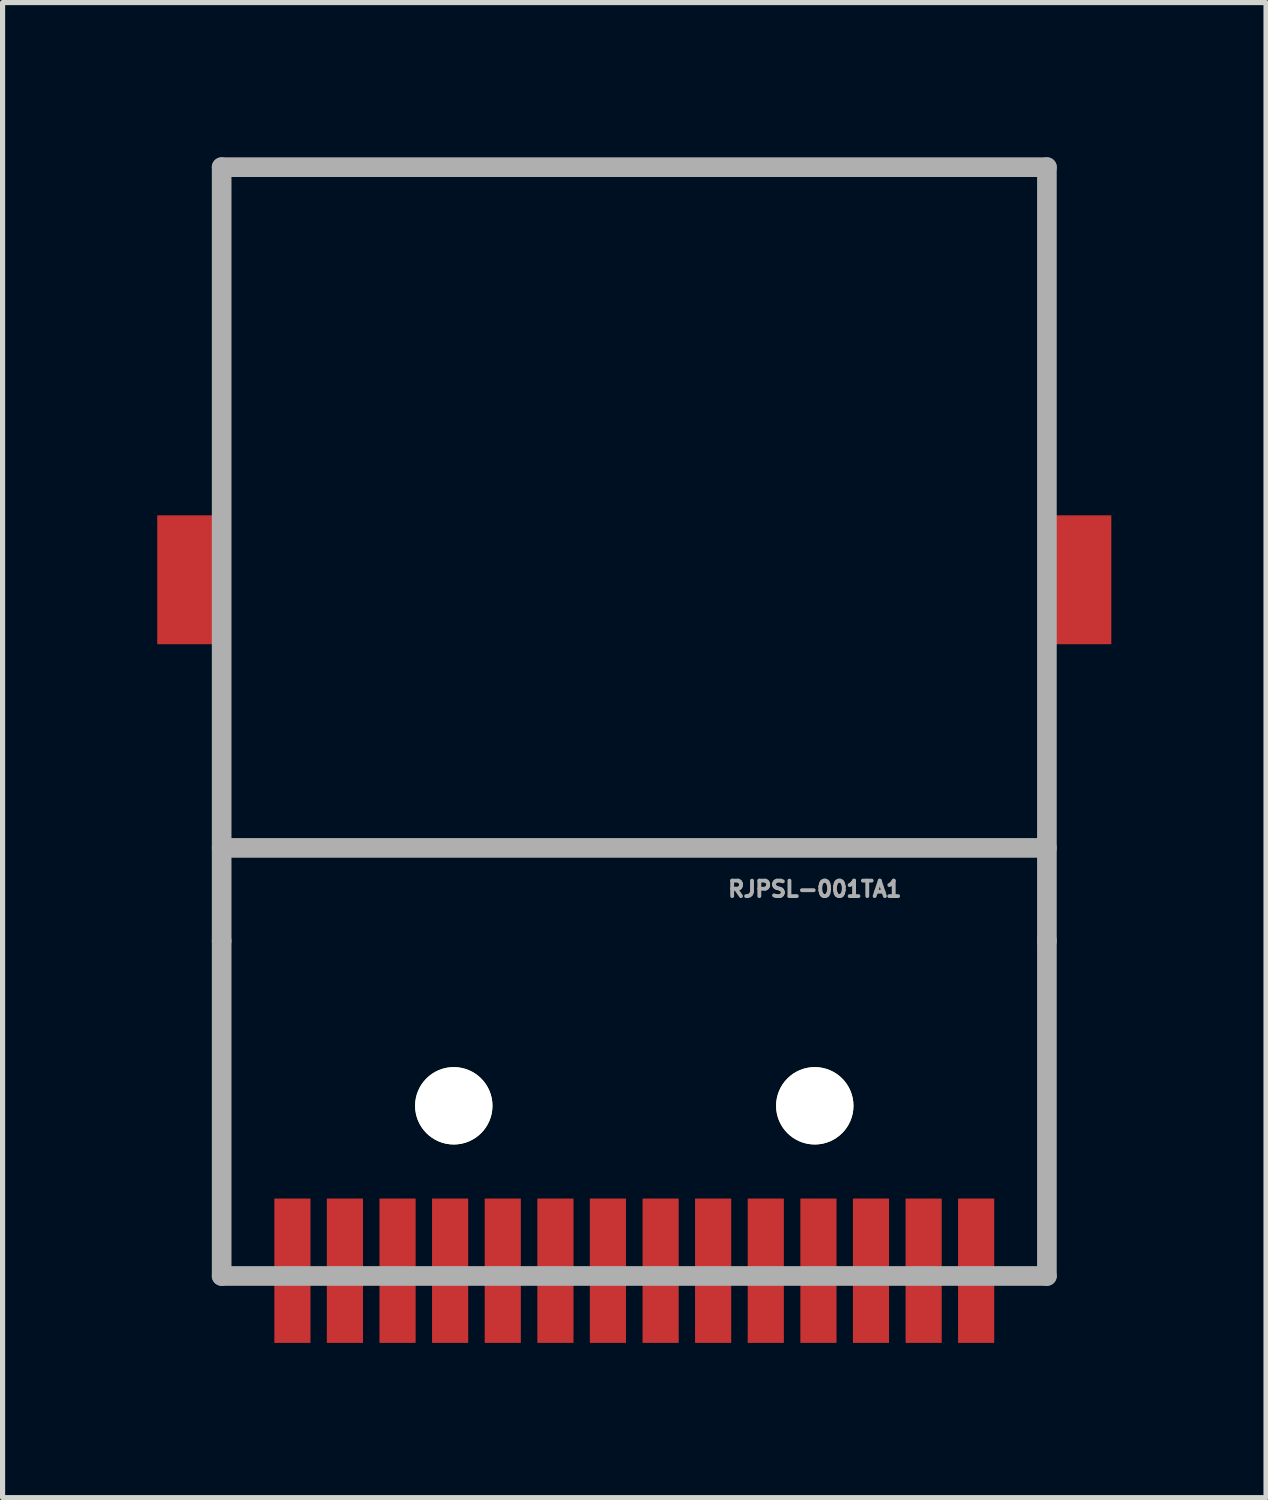
<source format=kicad_pcb>
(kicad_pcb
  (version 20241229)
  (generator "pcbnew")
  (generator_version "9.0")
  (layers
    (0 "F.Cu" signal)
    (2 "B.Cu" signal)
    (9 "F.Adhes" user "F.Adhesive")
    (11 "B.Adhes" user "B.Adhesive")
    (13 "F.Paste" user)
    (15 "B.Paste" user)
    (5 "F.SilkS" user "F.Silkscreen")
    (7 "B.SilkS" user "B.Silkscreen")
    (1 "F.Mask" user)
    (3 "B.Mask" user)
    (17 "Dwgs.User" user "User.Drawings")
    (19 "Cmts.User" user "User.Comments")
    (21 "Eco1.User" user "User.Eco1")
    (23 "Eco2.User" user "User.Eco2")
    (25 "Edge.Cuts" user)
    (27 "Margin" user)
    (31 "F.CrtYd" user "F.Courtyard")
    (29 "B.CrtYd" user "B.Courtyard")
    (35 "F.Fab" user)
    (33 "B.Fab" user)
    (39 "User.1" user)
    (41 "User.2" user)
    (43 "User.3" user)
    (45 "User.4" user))
  (footprint "RJPSL-001TA1"
    (layer "F.Cu")
    (at 9.249 14.191)
    (property "Reference" "RJPSL-001TA1" (at 3.5 0 0) (layer "F.Fab") (effects (font (size 0.3 0.299) (thickness 0.075))))
    (attr smd)
    (fp_line (start -8.001 -14) (end 8.001 -14) (stroke (width 0.381) (type solid)) (layer "F.Fab"))
    (fp_line (start -8.001 1.001) (end -8.001 -14) (stroke (width 0.381) (type solid)) (layer "F.Fab"))
    (fp_line (start -8.001 1.001) (end -8.001 7.501) (stroke (width 0.381) (type solid)) (layer "F.Fab"))
    (fp_line (start -8.001 7.501) (end 8.001 7.501) (stroke (width 0.381) (type solid)) (layer "F.Fab"))
    (fp_line (start 8.001 -14) (end 8.001 1.001) (stroke (width 0.381) (type solid)) (layer "F.Fab"))
    (fp_line (start 8.001 -0.8) (end -8.001 -0.8) (stroke (width 0.381) (type solid)) (layer "F.Fab"))
    (fp_line (start 8.001 7.501) (end 8.001 1.001) (stroke (width 0.381) (type solid)) (layer "F.Fab"))
    (pad "" np_thru_hole circle (at -3.5 4.201) (size 1.5 1.5) (drill 1.5) (layers "*.Cu" "*.Mask" "F.SilkS"))
    (pad "" np_thru_hole circle (at 3.5 4.201) (size 1.5 1.5) (drill 1.5) (layers "*.Cu" "*.Mask" "F.SilkS"))
    (pad "1" smd rect (at -4.59 7.399) (size 0.701 2.799) (layers "F.Cu" "F.Mask" "F.Paste"))
    (pad "2" smd rect (at -3.571 7.399) (size 0.701 2.799) (layers "F.Cu" "F.Mask" "F.Paste"))
    (pad "3" smd rect (at -2.55 7.399) (size 0.701 2.799) (layers "F.Cu" "F.Mask" "F.Paste"))
    (pad "4" smd rect (at -1.529 7.399) (size 0.701 2.799) (layers "F.Cu" "F.Mask" "F.Paste"))
    (pad "5" smd rect (at -0.511 7.399) (size 0.701 2.799) (layers "F.Cu" "F.Mask" "F.Paste"))
    (pad "6" smd rect (at 0.511 7.399) (size 0.701 2.799) (layers "F.Cu" "F.Mask" "F.Paste"))
    (pad "7" smd rect (at 1.529 7.399) (size 0.701 2.799) (layers "F.Cu" "F.Mask" "F.Paste"))
    (pad "8" smd rect (at 2.55 7.399) (size 0.701 2.799) (layers "F.Cu" "F.Mask" "F.Paste"))
    (pad "9" smd rect (at 3.571 7.399) (size 0.701 2.799) (layers "F.Cu" "F.Mask" "F.Paste"))
    (pad "10" smd rect (at 4.59 7.399) (size 0.701 2.799) (layers "F.Cu" "F.Mask" "F.Paste"))
    (pad "11" smd rect (at -6.629 7.399) (size 0.701 2.799) (layers "F.Cu" "F.Mask" "F.Paste"))
    (pad "12" smd rect (at -5.611 7.399) (size 0.701 2.799) (layers "F.Cu" "F.Mask" "F.Paste"))
    (pad "13" smd rect (at 5.611 7.399) (size 0.701 2.799) (layers "F.Cu" "F.Mask" "F.Paste"))
    (pad "14" smd rect (at 6.629 7.399) (size 0.701 2.799) (layers "F.Cu" "F.Mask" "F.Paste"))
    (pad "SHD" smd rect (at -8.55 -5.999) (size 1.4 2.499) (layers "F.Cu" "F.Mask" "F.Paste"))
    (pad "SHD" smd rect (at 8.55 -5.999) (size 1.4 2.499) (layers "F.Cu" "F.Mask" "F.Paste")))
  (gr_rect
    (start -3 -3)
    (end 21.499 25.99)
    (stroke (width 0.1) (type default))
    (fill no)
    (layer "Edge.Cuts")))
</source>
